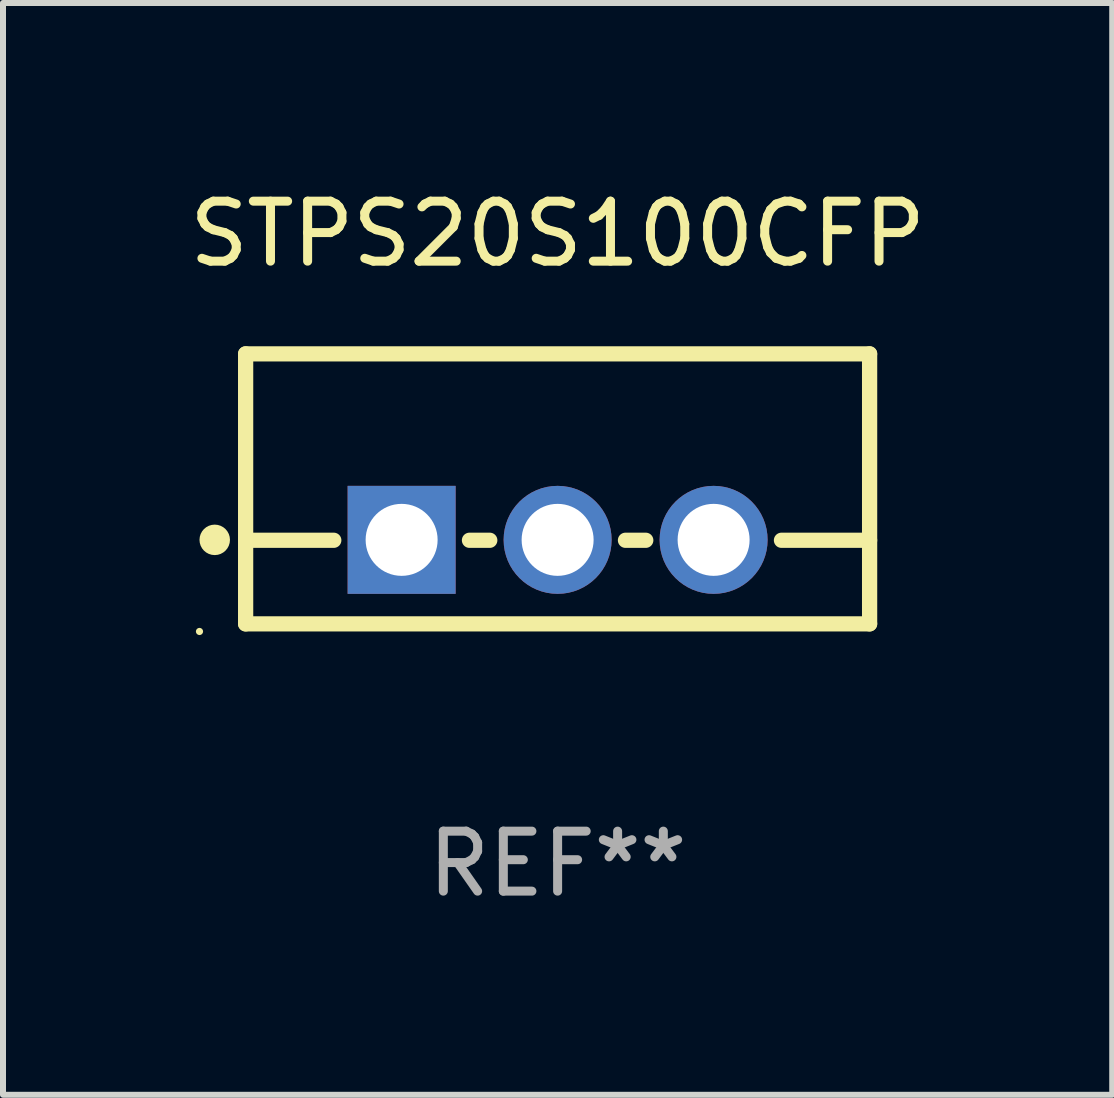
<source format=kicad_pcb>
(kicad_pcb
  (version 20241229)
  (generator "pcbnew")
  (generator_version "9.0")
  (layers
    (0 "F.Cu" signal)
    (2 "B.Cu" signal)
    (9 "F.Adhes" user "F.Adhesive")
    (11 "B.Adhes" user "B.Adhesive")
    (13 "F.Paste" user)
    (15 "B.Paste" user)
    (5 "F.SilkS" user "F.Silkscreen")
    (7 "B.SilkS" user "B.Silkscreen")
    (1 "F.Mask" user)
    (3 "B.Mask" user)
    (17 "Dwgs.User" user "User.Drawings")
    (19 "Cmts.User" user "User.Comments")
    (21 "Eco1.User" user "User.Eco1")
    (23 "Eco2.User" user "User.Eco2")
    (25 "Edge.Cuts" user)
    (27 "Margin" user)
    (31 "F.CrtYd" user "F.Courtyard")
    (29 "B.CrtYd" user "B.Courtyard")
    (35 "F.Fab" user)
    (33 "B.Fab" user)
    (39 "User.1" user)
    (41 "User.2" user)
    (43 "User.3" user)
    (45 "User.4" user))
  (footprint "STPS20S100CFP"
    (layer "F.Cu")
    (at 6.244 5.098)
    (property "Reference" "STPS20S100CFP" (at 0 -4.25 0) (layer "F.SilkS") (effects (font (size 1 1) (thickness 0.15))))
    (attr through_hole)
    (fp_line (start -5.2 -2.25) (end -5.2 2.25) (stroke (width 0.254) (type solid)) (layer "F.SilkS"))
    (fp_line (start -5.2 -2.25) (end 5.2 -2.25) (stroke (width 0.254) (type solid)) (layer "F.SilkS"))
    (fp_line (start -5.2 0.857) (end -3.731 0.857) (stroke (width 0.254) (type solid)) (layer "F.SilkS"))
    (fp_line (start -5.2 2.25) (end 5.2 2.25) (stroke (width 0.254) (type solid)) (layer "F.SilkS"))
    (fp_line (start -1.469 0.857) (end -1.131 0.857) (stroke (width 0.254) (type solid)) (layer "F.SilkS"))
    (fp_line (start 1.131 0.857) (end 1.469 0.857) (stroke (width 0.254) (type solid)) (layer "F.SilkS"))
    (fp_line (start 3.731 0.857) (end 5.2 0.857) (stroke (width 0.254) (type solid)) (layer "F.SilkS"))
    (fp_line (start 5.2 -2.25) (end 5.2 2.25) (stroke (width 0.254) (type solid)) (layer "F.SilkS"))
    (fp_circle (center -5.969 2.377) (end -5.939 2.377) (stroke (width 0.06) (type solid)) (fill no) (layer "F.SilkS"))
    (fp_circle (center -5.715 0.85) (end -5.588 0.85) (stroke (width 0.254) (type solid)) (fill no) (layer "F.SilkS"))
    (fp_text user "REF**" (at 0 6.25 0) (layer "F.Fab") (effects (font (size 1 1) (thickness 0.15))))
    (pad "1" thru_hole rect (at -2.6 0.85) (size 1.8 1.8) (drill 1.2) (layers "*.Cu" "*.Mask"))
    (pad "2" thru_hole circle (at 0 0.85) (size 1.8 1.8) (drill 1.2) (layers "*.Cu" "*.Mask"))
    (pad "3" thru_hole circle (at 2.6 0.85) (size 1.8 1.8) (drill 1.2) (layers "*.Cu" "*.Mask")))
  (gr_rect
    (start -3 -3)
    (end 15.488 15.197)
    (stroke (width 0.1) (type default))
    (fill no)
    (layer "Edge.Cuts")))
</source>
